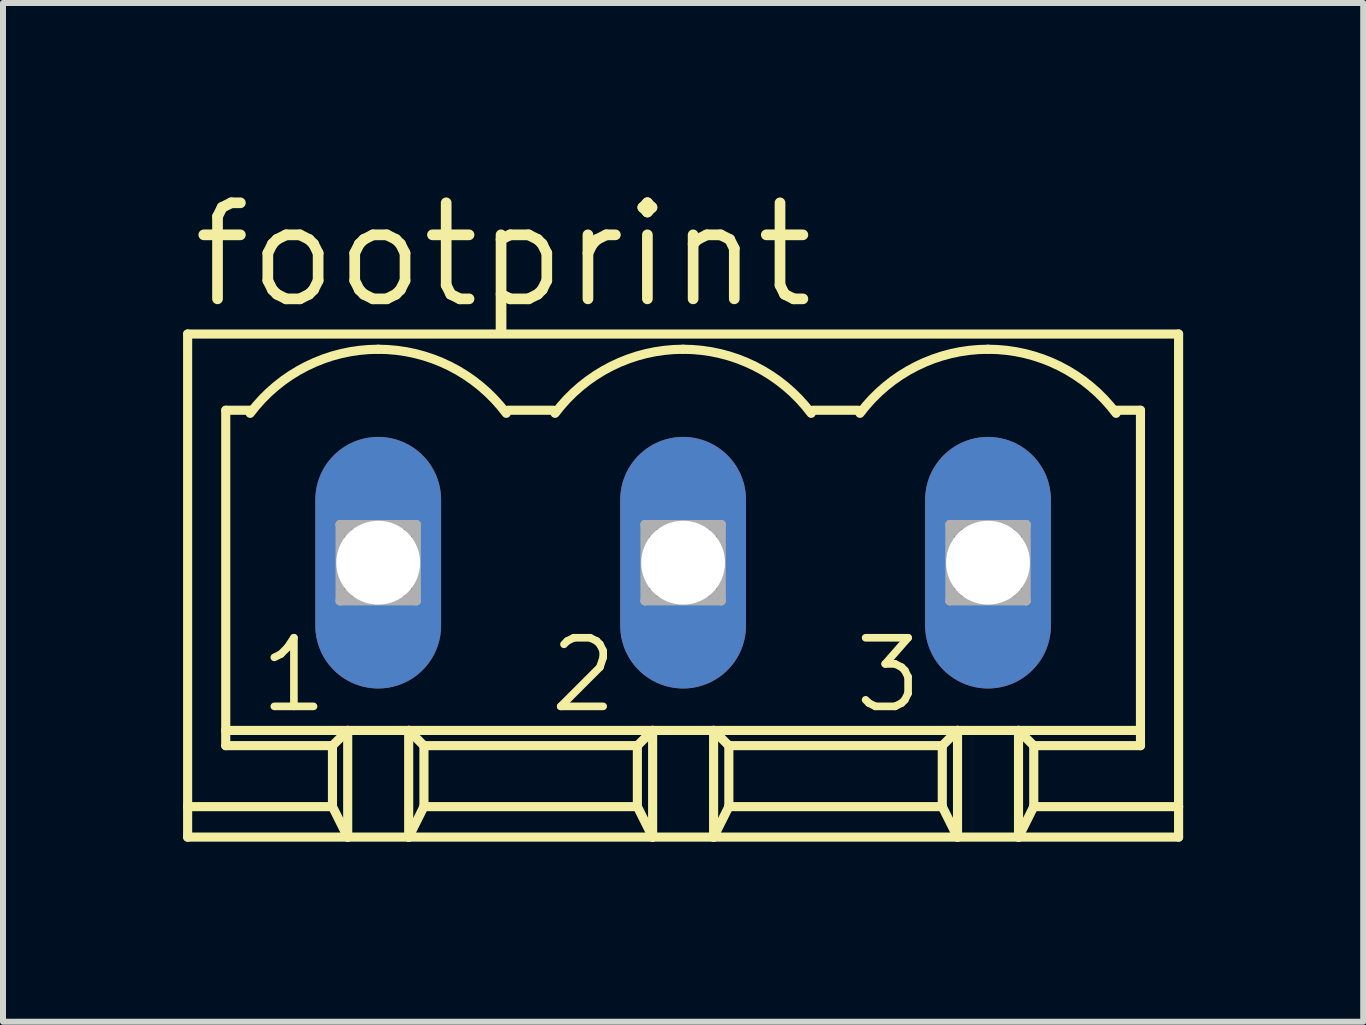
<source format=kicad_pcb>
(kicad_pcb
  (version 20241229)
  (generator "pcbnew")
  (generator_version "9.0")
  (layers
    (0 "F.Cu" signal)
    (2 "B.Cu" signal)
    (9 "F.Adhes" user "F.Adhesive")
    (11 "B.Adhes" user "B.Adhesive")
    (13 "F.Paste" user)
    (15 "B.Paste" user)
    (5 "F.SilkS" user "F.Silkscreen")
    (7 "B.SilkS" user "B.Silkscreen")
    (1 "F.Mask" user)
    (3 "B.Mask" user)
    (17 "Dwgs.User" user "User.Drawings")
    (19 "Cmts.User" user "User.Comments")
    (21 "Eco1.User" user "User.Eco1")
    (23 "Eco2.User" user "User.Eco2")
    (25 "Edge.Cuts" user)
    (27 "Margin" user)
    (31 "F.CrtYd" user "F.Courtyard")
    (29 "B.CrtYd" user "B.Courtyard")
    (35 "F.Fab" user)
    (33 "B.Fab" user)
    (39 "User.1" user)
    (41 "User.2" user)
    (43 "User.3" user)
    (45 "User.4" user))
  (footprint "footprint"
    (layer "F.Cu")
    (at 8.331 6.325)
    (property "Reference" "footprint" (at -8.255 -4.191 0) (layer "F.SilkS") (effects (font (size 1.6 1.6) (thickness 0.178)) (justify left bottom)))
    (fp_line (start -8.255 -3.81) (end -8.255 4.064) (stroke (width 0.152) (type solid)) (layer "F.SilkS"))
    (fp_line (start -8.255 4.064) (end -8.255 4.572) (stroke (width 0.152) (type solid)) (layer "F.SilkS"))
    (fp_line (start -7.62 2.794) (end -7.62 -2.54) (stroke (width 0.152) (type solid)) (layer "F.SilkS"))
    (fp_line (start -7.62 3.048) (end -7.62 2.794) (stroke (width 0.152) (type solid)) (layer "F.SilkS"))
    (fp_line (start -7.188 -2.54) (end -7.62 -2.54) (stroke (width 0.152) (type solid)) (layer "F.SilkS"))
    (fp_line (start -5.842 3.048) (end -7.62 3.048) (stroke (width 0.152) (type solid)) (layer "F.SilkS"))
    (fp_line (start -5.842 3.048) (end -5.588 2.794) (stroke (width 0.152) (type solid)) (layer "F.SilkS"))
    (fp_line (start -5.842 4.064) (end -8.255 4.064) (stroke (width 0.152) (type solid)) (layer "F.SilkS"))
    (fp_line (start -5.842 4.064) (end -5.842 3.048) (stroke (width 0.152) (type solid)) (layer "F.SilkS"))
    (fp_line (start -5.588 2.794) (end -7.62 2.794) (stroke (width 0.152) (type solid)) (layer "F.SilkS"))
    (fp_line (start -5.588 2.794) (end -5.588 4.572) (stroke (width 0.152) (type solid)) (layer "F.SilkS"))
    (fp_line (start -5.588 4.572) (end -8.255 4.572) (stroke (width 0.152) (type solid)) (layer "F.SilkS"))
    (fp_line (start -5.588 4.572) (end -5.842 4.064) (stroke (width 0.152) (type solid)) (layer "F.SilkS"))
    (fp_line (start -4.572 2.794) (end -5.588 2.794) (stroke (width 0.152) (type solid)) (layer "F.SilkS"))
    (fp_line (start -4.572 2.794) (end -4.572 4.572) (stroke (width 0.152) (type solid)) (layer "F.SilkS"))
    (fp_line (start -4.572 4.572) (end -5.588 4.572) (stroke (width 0.152) (type solid)) (layer "F.SilkS"))
    (fp_line (start -4.318 3.048) (end -4.572 2.794) (stroke (width 0.152) (type solid)) (layer "F.SilkS"))
    (fp_line (start -4.318 3.048) (end -0.762 3.048) (stroke (width 0.152) (type solid)) (layer "F.SilkS"))
    (fp_line (start -4.318 4.064) (end -4.572 4.572) (stroke (width 0.152) (type solid)) (layer "F.SilkS"))
    (fp_line (start -4.318 4.064) (end -4.318 3.048) (stroke (width 0.152) (type solid)) (layer "F.SilkS"))
    (fp_line (start -2.159 -2.54) (end -2.921 -2.54) (stroke (width 0.152) (type solid)) (layer "F.SilkS"))
    (fp_line (start -0.762 3.048) (end -0.508 2.794) (stroke (width 0.152) (type solid)) (layer "F.SilkS"))
    (fp_line (start -0.762 4.064) (end -4.318 4.064) (stroke (width 0.152) (type solid)) (layer "F.SilkS"))
    (fp_line (start -0.762 4.064) (end -0.762 3.048) (stroke (width 0.152) (type solid)) (layer "F.SilkS"))
    (fp_line (start -0.508 2.794) (end -4.572 2.794) (stroke (width 0.152) (type solid)) (layer "F.SilkS"))
    (fp_line (start -0.508 2.794) (end -0.508 4.572) (stroke (width 0.152) (type solid)) (layer "F.SilkS"))
    (fp_line (start -0.508 4.572) (end -4.572 4.572) (stroke (width 0.152) (type solid)) (layer "F.SilkS"))
    (fp_line (start -0.508 4.572) (end -0.762 4.064) (stroke (width 0.152) (type solid)) (layer "F.SilkS"))
    (fp_line (start 0.508 2.794) (end -0.508 2.794) (stroke (width 0.152) (type solid)) (layer "F.SilkS"))
    (fp_line (start 0.508 2.794) (end 0.508 4.572) (stroke (width 0.152) (type solid)) (layer "F.SilkS"))
    (fp_line (start 0.508 4.572) (end -0.508 4.572) (stroke (width 0.152) (type solid)) (layer "F.SilkS"))
    (fp_line (start 0.762 3.048) (end 0.508 2.794) (stroke (width 0.152) (type solid)) (layer "F.SilkS"))
    (fp_line (start 0.762 3.048) (end 4.318 3.048) (stroke (width 0.152) (type solid)) (layer "F.SilkS"))
    (fp_line (start 0.762 4.064) (end 0.508 4.572) (stroke (width 0.152) (type solid)) (layer "F.SilkS"))
    (fp_line (start 0.762 4.064) (end 0.762 3.048) (stroke (width 0.152) (type solid)) (layer "F.SilkS"))
    (fp_line (start 2.921 -2.54) (end 2.159 -2.54) (stroke (width 0.152) (type solid)) (layer "F.SilkS"))
    (fp_line (start 4.318 3.048) (end 4.572 2.794) (stroke (width 0.152) (type solid)) (layer "F.SilkS"))
    (fp_line (start 4.318 4.064) (end 0.762 4.064) (stroke (width 0.152) (type solid)) (layer "F.SilkS"))
    (fp_line (start 4.318 4.064) (end 4.318 3.048) (stroke (width 0.152) (type solid)) (layer "F.SilkS"))
    (fp_line (start 4.572 2.794) (end 0.508 2.794) (stroke (width 0.152) (type solid)) (layer "F.SilkS"))
    (fp_line (start 4.572 2.794) (end 4.572 4.572) (stroke (width 0.152) (type solid)) (layer "F.SilkS"))
    (fp_line (start 4.572 4.572) (end 0.508 4.572) (stroke (width 0.152) (type solid)) (layer "F.SilkS"))
    (fp_line (start 4.572 4.572) (end 4.318 4.064) (stroke (width 0.152) (type solid)) (layer "F.SilkS"))
    (fp_line (start 5.588 2.794) (end 4.572 2.794) (stroke (width 0.152) (type solid)) (layer "F.SilkS"))
    (fp_line (start 5.588 2.794) (end 5.588 4.572) (stroke (width 0.152) (type solid)) (layer "F.SilkS"))
    (fp_line (start 5.588 4.572) (end 4.572 4.572) (stroke (width 0.152) (type solid)) (layer "F.SilkS"))
    (fp_line (start 5.842 3.048) (end 5.588 2.794) (stroke (width 0.152) (type solid)) (layer "F.SilkS"))
    (fp_line (start 5.842 3.048) (end 7.62 3.048) (stroke (width 0.152) (type solid)) (layer "F.SilkS"))
    (fp_line (start 5.842 4.064) (end 5.588 4.572) (stroke (width 0.152) (type solid)) (layer "F.SilkS"))
    (fp_line (start 5.842 4.064) (end 5.842 3.048) (stroke (width 0.152) (type solid)) (layer "F.SilkS"))
    (fp_line (start 7.62 -2.54) (end 7.188 -2.54) (stroke (width 0.152) (type solid)) (layer "F.SilkS"))
    (fp_line (start 7.62 -2.54) (end 7.62 2.794) (stroke (width 0.152) (type solid)) (layer "F.SilkS"))
    (fp_line (start 7.62 2.794) (end 5.588 2.794) (stroke (width 0.152) (type solid)) (layer "F.SilkS"))
    (fp_line (start 7.62 2.794) (end 7.62 3.048) (stroke (width 0.152) (type solid)) (layer "F.SilkS"))
    (fp_line (start 8.255 -3.81) (end -8.255 -3.81) (stroke (width 0.152) (type solid)) (layer "F.SilkS"))
    (fp_line (start 8.255 4.064) (end 5.842 4.064) (stroke (width 0.152) (type solid)) (layer "F.SilkS"))
    (fp_line (start 8.255 4.064) (end 8.255 -3.81) (stroke (width 0.152) (type solid)) (layer "F.SilkS"))
    (fp_line (start 8.255 4.572) (end 5.588 4.572) (stroke (width 0.152) (type solid)) (layer "F.SilkS"))
    (fp_line (start 8.255 4.572) (end 8.255 4.064) (stroke (width 0.152) (type solid)) (layer "F.SilkS"))
    (fp_arc (start -7.2136 -2.4892) (mid -6.272718 -3.274438) (end -5.079999 -3.556) (stroke (width 0.1524) (type solid)) (layer "F.SilkS"))
    (fp_arc (start -5.08 -3.556) (mid -3.887281 -3.274437) (end -2.946399 -2.4892) (stroke (width 0.1524) (type solid)) (layer "F.SilkS"))
    (fp_arc (start -2.1336 -2.4892) (mid -1.192718 -3.274437) (end 0.000001 -3.556) (stroke (width 0.1524) (type solid)) (layer "F.SilkS"))
    (fp_arc (start 0 -3.556) (mid 1.192719 -3.274437) (end 2.133601 -2.4892) (stroke (width 0.1524) (type solid)) (layer "F.SilkS"))
    (fp_arc (start 2.9464 -2.4892) (mid 3.887282 -3.274437) (end 5.080001 -3.556) (stroke (width 0.1524) (type solid)) (layer "F.SilkS"))
    (fp_arc (start 5.08 -3.556) (mid 6.272719 -3.274437) (end 7.2136 -2.489199) (stroke (width 0.1524) (type solid)) (layer "F.SilkS"))
    (fp_line (start -5.715 -0.635) (end -5.715 0.635) (stroke (width 0.152) (type solid)) (layer "F.Fab"))
    (fp_line (start -5.715 0.635) (end -4.445 0.635) (stroke (width 0.152) (type solid)) (layer "F.Fab"))
    (fp_line (start -4.445 -0.635) (end -5.715 -0.635) (stroke (width 0.152) (type solid)) (layer "F.Fab"))
    (fp_line (start -4.445 -0.635) (end -5.715 0.635) (stroke (width 0.152) (type solid)) (layer "F.Fab"))
    (fp_line (start -4.445 0.635) (end -5.715 -0.635) (stroke (width 0.152) (type solid)) (layer "F.Fab"))
    (fp_line (start -4.445 0.635) (end -4.445 -0.635) (stroke (width 0.152) (type solid)) (layer "F.Fab"))
    (fp_line (start -0.635 -0.635) (end -0.635 0.635) (stroke (width 0.152) (type solid)) (layer "F.Fab"))
    (fp_line (start -0.635 0.635) (end 0.635 0.635) (stroke (width 0.152) (type solid)) (layer "F.Fab"))
    (fp_line (start 0.635 -0.635) (end -0.635 -0.635) (stroke (width 0.152) (type solid)) (layer "F.Fab"))
    (fp_line (start 0.635 -0.635) (end -0.635 0.635) (stroke (width 0.152) (type solid)) (layer "F.Fab"))
    (fp_line (start 0.635 0.635) (end -0.635 -0.635) (stroke (width 0.152) (type solid)) (layer "F.Fab"))
    (fp_line (start 0.635 0.635) (end 0.635 -0.635) (stroke (width 0.152) (type solid)) (layer "F.Fab"))
    (fp_line (start 4.445 -0.635) (end 4.445 0.635) (stroke (width 0.152) (type solid)) (layer "F.Fab"))
    (fp_line (start 4.445 0.635) (end 5.715 0.635) (stroke (width 0.152) (type solid)) (layer "F.Fab"))
    (fp_line (start 5.715 -0.635) (end 4.445 -0.635) (stroke (width 0.152) (type solid)) (layer "F.Fab"))
    (fp_line (start 5.715 -0.635) (end 4.445 0.635) (stroke (width 0.152) (type solid)) (layer "F.Fab"))
    (fp_line (start 5.715 0.635) (end 4.445 -0.635) (stroke (width 0.152) (type solid)) (layer "F.Fab"))
    (fp_line (start 5.715 0.635) (end 5.715 -0.635) (stroke (width 0.152) (type solid)) (layer "F.Fab"))
    (fp_text user "1" (at -7.112 2.54 0) (layer "F.SilkS") (effects (font (size 1.143 1.143) (thickness 0.127)) (justify left bottom)))
    (fp_text user "2" (at -2.286 2.54 0) (layer "F.SilkS") (effects (font (size 1.143 1.143) (thickness 0.127)) (justify left bottom)))
    (fp_text user "3" (at 2.794 2.54 0) (layer "F.SilkS") (effects (font (size 1.143 1.143) (thickness 0.127)) (justify left bottom)))
    (pad "1" thru_hole oval (at -5.08 0 90) (size 4.191 2.095) (drill 1.397) (layers "*.Cu" "*.Mask"))
    (pad "2" thru_hole oval (at 0 0 90) (size 4.191 2.095) (drill 1.397) (layers "*.Cu" "*.Mask"))
    (pad "3" thru_hole oval (at 5.08 0 90) (size 4.191 2.095) (drill 1.397) (layers "*.Cu" "*.Mask")))
  (gr_rect
    (start -3 -3)
    (end 19.662 13.973)
    (stroke (width 0.1) (type default))
    (fill no)
    (layer "Edge.Cuts")))
</source>
